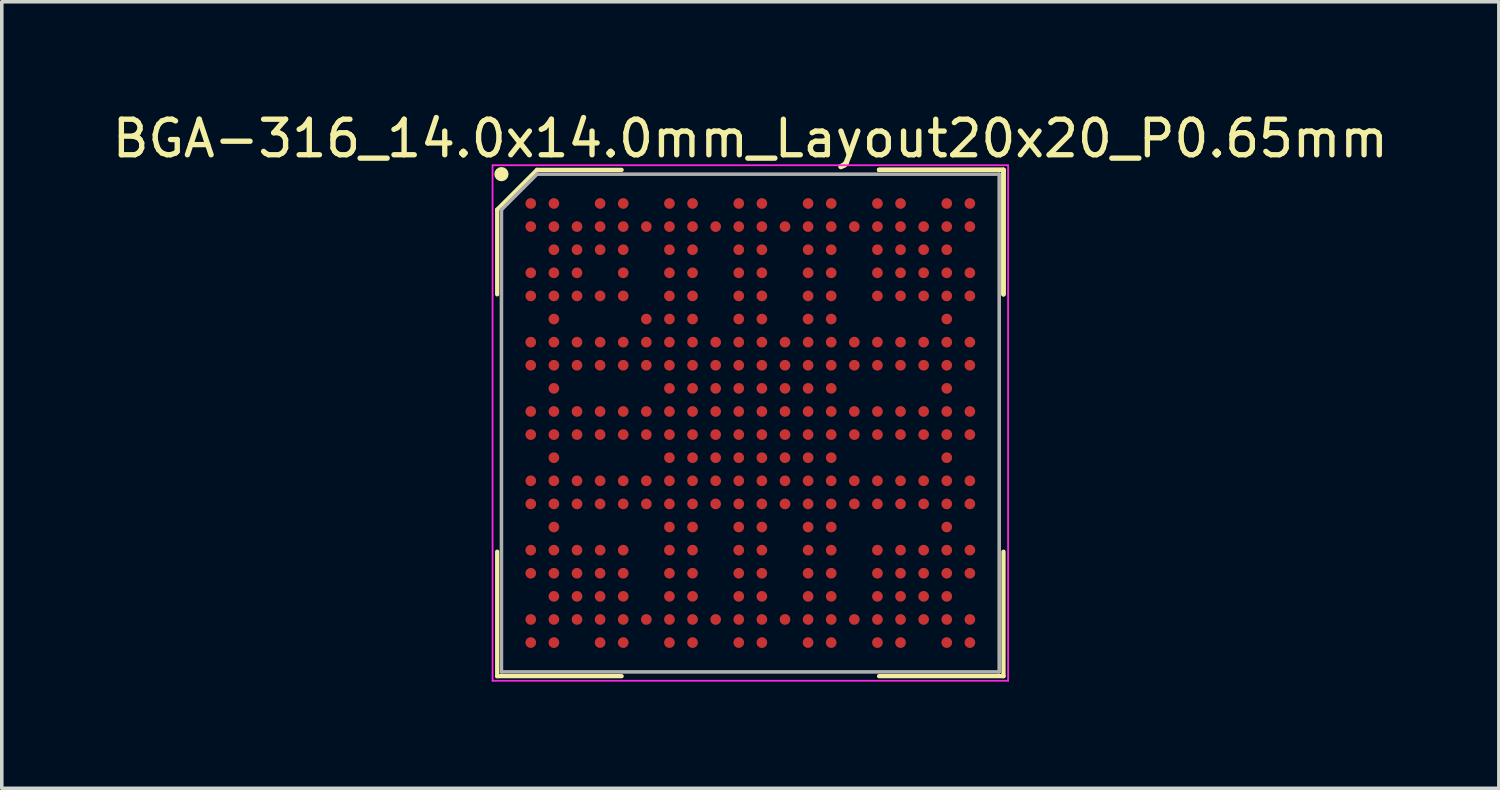
<source format=kicad_pcb>
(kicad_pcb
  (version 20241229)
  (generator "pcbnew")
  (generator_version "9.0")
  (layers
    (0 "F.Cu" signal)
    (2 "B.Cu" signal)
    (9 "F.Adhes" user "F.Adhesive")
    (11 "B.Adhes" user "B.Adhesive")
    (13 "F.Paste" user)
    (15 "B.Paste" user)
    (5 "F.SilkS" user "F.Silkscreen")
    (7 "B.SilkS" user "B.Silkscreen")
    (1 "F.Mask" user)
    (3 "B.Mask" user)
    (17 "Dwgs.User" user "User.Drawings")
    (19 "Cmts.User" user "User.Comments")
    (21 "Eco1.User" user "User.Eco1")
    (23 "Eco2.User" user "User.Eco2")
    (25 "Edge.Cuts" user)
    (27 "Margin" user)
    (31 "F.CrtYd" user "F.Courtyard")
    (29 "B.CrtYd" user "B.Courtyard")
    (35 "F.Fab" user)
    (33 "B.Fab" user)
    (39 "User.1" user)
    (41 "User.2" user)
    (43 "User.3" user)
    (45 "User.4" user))
  (footprint "BGA-316_14.0x14.0mm_Layout20x20_P0.65mm"
    (layer "F.Cu")
    (at 18.054 8.848)
    (property "Reference" "BGA-316_14.0x14.0mm_Layout20x20_P0.65mm" (at 0 -8 0) (layer "F.SilkS") (effects (font (size 1 1) (thickness 0.15))))
    (attr smd)
    (fp_line (start -7.12 -6) (end -7.12 -3.62) (stroke (width 0.12) (type solid)) (layer "F.SilkS"))
    (fp_line (start -7.12 7.12) (end -7.12 3.62) (stroke (width 0.12) (type solid)) (layer "F.SilkS"))
    (fp_line (start -6 -7.12) (end -7.12 -6) (stroke (width 0.12) (type solid)) (layer "F.SilkS"))
    (fp_line (start -3.62 -7.12) (end -6 -7.12) (stroke (width 0.12) (type solid)) (layer "F.SilkS"))
    (fp_line (start -3.62 7.12) (end -7.12 7.12) (stroke (width 0.12) (type solid)) (layer "F.SilkS"))
    (fp_line (start 3.62 -7.12) (end 7.12 -7.12) (stroke (width 0.12) (type solid)) (layer "F.SilkS"))
    (fp_line (start 3.62 -7.12) (end 7.12 -7.12) (stroke (width 0.12) (type solid)) (layer "F.SilkS"))
    (fp_line (start 3.62 -7.12) (end 7.12 -7.12) (stroke (width 0.12) (type solid)) (layer "F.SilkS"))
    (fp_line (start 3.62 7.12) (end 7.12 7.12) (stroke (width 0.12) (type solid)) (layer "F.SilkS"))
    (fp_line (start 7.12 -7.12) (end 7.12 -3.62) (stroke (width 0.12) (type solid)) (layer "F.SilkS"))
    (fp_line (start 7.12 -7.12) (end 7.12 -3.62) (stroke (width 0.12) (type solid)) (layer "F.SilkS"))
    (fp_line (start 7.12 -7.12) (end 7.12 -3.62) (stroke (width 0.12) (type solid)) (layer "F.SilkS"))
    (fp_line (start 7.12 7.12) (end 7.12 3.62) (stroke (width 0.12) (type solid)) (layer "F.SilkS"))
    (fp_circle (center -7 -7) (end -7 -6.9) (stroke (width 0.2) (type solid)) (fill no) (layer "F.SilkS"))
    (fp_line (start -7.25 -7.25) (end 7.25 -7.25) (stroke (width 0.05) (type solid)) (layer "F.CrtYd"))
    (fp_line (start -7.25 7.25) (end -7.25 -7.25) (stroke (width 0.05) (type solid)) (layer "F.CrtYd"))
    (fp_line (start 7.25 -7.25) (end 7.25 7.25) (stroke (width 0.05) (type solid)) (layer "F.CrtYd"))
    (fp_line (start 7.25 7.25) (end -7.25 7.25) (stroke (width 0.05) (type solid)) (layer "F.CrtYd"))
    (fp_line (start -7 -6) (end -7 7) (stroke (width 0.1) (type solid)) (layer "F.Fab"))
    (fp_line (start -7 7) (end 7 7) (stroke (width 0.1) (type solid)) (layer "F.Fab"))
    (fp_line (start -6 -7) (end -7 -6) (stroke (width 0.1) (type solid)) (layer "F.Fab"))
    (fp_line (start 7 -7) (end -6 -7) (stroke (width 0.1) (type solid)) (layer "F.Fab"))
    (fp_line (start 7 7) (end 7 -7) (stroke (width 0.1) (type solid)) (layer "F.Fab"))
    (pad "A1" smd circle (at -6.175 -6.175) (size 0.3 0.3) (layers "F.Cu" "F.Mask" "F.Paste"))
    (pad "A2" smd circle (at -5.525 -6.175) (size 0.3 0.3) (layers "F.Cu" "F.Mask" "F.Paste"))
    (pad "A4" smd circle (at -4.225 -6.175) (size 0.3 0.3) (layers "F.Cu" "F.Mask" "F.Paste"))
    (pad "A5" smd circle (at -3.575 -6.175) (size 0.3 0.3) (layers "F.Cu" "F.Mask" "F.Paste"))
    (pad "A7" smd circle (at -2.275 -6.175) (size 0.3 0.3) (layers "F.Cu" "F.Mask" "F.Paste"))
    (pad "A8" smd circle (at -1.625 -6.175) (size 0.3 0.3) (layers "F.Cu" "F.Mask" "F.Paste"))
    (pad "A10" smd circle (at -0.325 -6.175) (size 0.3 0.3) (layers "F.Cu" "F.Mask" "F.Paste"))
    (pad "A11" smd circle (at 0.325 -6.175) (size 0.3 0.3) (layers "F.Cu" "F.Mask" "F.Paste"))
    (pad "A13" smd circle (at 1.625 -6.175) (size 0.3 0.3) (layers "F.Cu" "F.Mask" "F.Paste"))
    (pad "A14" smd circle (at 2.275 -6.175) (size 0.3 0.3) (layers "F.Cu" "F.Mask" "F.Paste"))
    (pad "A16" smd circle (at 3.575 -6.175) (size 0.3 0.3) (layers "F.Cu" "F.Mask" "F.Paste"))
    (pad "A17" smd circle (at 4.225 -6.175) (size 0.3 0.3) (layers "F.Cu" "F.Mask" "F.Paste"))
    (pad "A19" smd circle (at 5.525 -6.175) (size 0.3 0.3) (layers "F.Cu" "F.Mask" "F.Paste"))
    (pad "A20" smd circle (at 6.175 -6.175) (size 0.3 0.3) (layers "F.Cu" "F.Mask" "F.Paste"))
    (pad "B1" smd circle (at -6.175 -5.525) (size 0.3 0.3) (layers "F.Cu" "F.Mask" "F.Paste"))
    (pad "B2" smd circle (at -5.525 -5.525) (size 0.3 0.3) (layers "F.Cu" "F.Mask" "F.Paste"))
    (pad "B3" smd circle (at -4.875 -5.525) (size 0.3 0.3) (layers "F.Cu" "F.Mask" "F.Paste"))
    (pad "B4" smd circle (at -4.225 -5.525) (size 0.3 0.3) (layers "F.Cu" "F.Mask" "F.Paste"))
    (pad "B5" smd circle (at -3.575 -5.525) (size 0.3 0.3) (layers "F.Cu" "F.Mask" "F.Paste"))
    (pad "B6" smd circle (at -2.925 -5.525) (size 0.3 0.3) (layers "F.Cu" "F.Mask" "F.Paste"))
    (pad "B7" smd circle (at -2.275 -5.525) (size 0.3 0.3) (layers "F.Cu" "F.Mask" "F.Paste"))
    (pad "B8" smd circle (at -1.625 -5.525) (size 0.3 0.3) (layers "F.Cu" "F.Mask" "F.Paste"))
    (pad "B9" smd circle (at -0.975 -5.525) (size 0.3 0.3) (layers "F.Cu" "F.Mask" "F.Paste"))
    (pad "B10" smd circle (at -0.325 -5.525) (size 0.3 0.3) (layers "F.Cu" "F.Mask" "F.Paste"))
    (pad "B11" smd circle (at 0.325 -5.525) (size 0.3 0.3) (layers "F.Cu" "F.Mask" "F.Paste"))
    (pad "B12" smd circle (at 0.975 -5.525) (size 0.3 0.3) (layers "F.Cu" "F.Mask" "F.Paste"))
    (pad "B13" smd circle (at 1.625 -5.525) (size 0.3 0.3) (layers "F.Cu" "F.Mask" "F.Paste"))
    (pad "B14" smd circle (at 2.275 -5.525) (size 0.3 0.3) (layers "F.Cu" "F.Mask" "F.Paste"))
    (pad "B15" smd circle (at 2.925 -5.525) (size 0.3 0.3) (layers "F.Cu" "F.Mask" "F.Paste"))
    (pad "B16" smd circle (at 3.575 -5.525) (size 0.3 0.3) (layers "F.Cu" "F.Mask" "F.Paste"))
    (pad "B17" smd circle (at 4.225 -5.525) (size 0.3 0.3) (layers "F.Cu" "F.Mask" "F.Paste"))
    (pad "B18" smd circle (at 4.875 -5.525) (size 0.3 0.3) (layers "F.Cu" "F.Mask" "F.Paste"))
    (pad "B19" smd circle (at 5.525 -5.525) (size 0.3 0.3) (layers "F.Cu" "F.Mask" "F.Paste"))
    (pad "B20" smd circle (at 6.175 -5.525) (size 0.3 0.3) (layers "F.Cu" "F.Mask" "F.Paste"))
    (pad "C2" smd circle (at -5.525 -4.875) (size 0.3 0.3) (layers "F.Cu" "F.Mask" "F.Paste"))
    (pad "C3" smd circle (at -4.875 -4.875) (size 0.3 0.3) (layers "F.Cu" "F.Mask" "F.Paste"))
    (pad "C4" smd circle (at -4.225 -4.875) (size 0.3 0.3) (layers "F.Cu" "F.Mask" "F.Paste"))
    (pad "C5" smd circle (at -3.575 -4.875) (size 0.3 0.3) (layers "F.Cu" "F.Mask" "F.Paste"))
    (pad "C7" smd circle (at -2.275 -4.875) (size 0.3 0.3) (layers "F.Cu" "F.Mask" "F.Paste"))
    (pad "C8" smd circle (at -1.625 -4.875) (size 0.3 0.3) (layers "F.Cu" "F.Mask" "F.Paste"))
    (pad "C10" smd circle (at -0.325 -4.875) (size 0.3 0.3) (layers "F.Cu" "F.Mask" "F.Paste"))
    (pad "C11" smd circle (at 0.325 -4.875) (size 0.3 0.3) (layers "F.Cu" "F.Mask" "F.Paste"))
    (pad "C13" smd circle (at 1.625 -4.875) (size 0.3 0.3) (layers "F.Cu" "F.Mask" "F.Paste"))
    (pad "C14" smd circle (at 2.275 -4.875) (size 0.3 0.3) (layers "F.Cu" "F.Mask" "F.Paste"))
    (pad "C16" smd circle (at 3.575 -4.875) (size 0.3 0.3) (layers "F.Cu" "F.Mask" "F.Paste"))
    (pad "C17" smd circle (at 4.225 -4.875) (size 0.3 0.3) (layers "F.Cu" "F.Mask" "F.Paste"))
    (pad "C18" smd circle (at 4.875 -4.875) (size 0.3 0.3) (layers "F.Cu" "F.Mask" "F.Paste"))
    (pad "C19" smd circle (at 5.525 -4.875) (size 0.3 0.3) (layers "F.Cu" "F.Mask" "F.Paste"))
    (pad "D1" smd circle (at -6.175 -4.225) (size 0.3 0.3) (layers "F.Cu" "F.Mask" "F.Paste"))
    (pad "D2" smd circle (at -5.525 -4.225) (size 0.3 0.3) (layers "F.Cu" "F.Mask" "F.Paste"))
    (pad "D3" smd circle (at -4.875 -4.225) (size 0.3 0.3) (layers "F.Cu" "F.Mask" "F.Paste"))
    (pad "D5" smd circle (at -3.575 -4.225) (size 0.3 0.3) (layers "F.Cu" "F.Mask" "F.Paste"))
    (pad "D7" smd circle (at -2.275 -4.225) (size 0.3 0.3) (layers "F.Cu" "F.Mask" "F.Paste"))
    (pad "D8" smd circle (at -1.625 -4.225) (size 0.3 0.3) (layers "F.Cu" "F.Mask" "F.Paste"))
    (pad "D10" smd circle (at -0.325 -4.225) (size 0.3 0.3) (layers "F.Cu" "F.Mask" "F.Paste"))
    (pad "D11" smd circle (at 0.325 -4.225) (size 0.3 0.3) (layers "F.Cu" "F.Mask" "F.Paste"))
    (pad "D13" smd circle (at 1.625 -4.225) (size 0.3 0.3) (layers "F.Cu" "F.Mask" "F.Paste"))
    (pad "D14" smd circle (at 2.275 -4.225) (size 0.3 0.3) (layers "F.Cu" "F.Mask" "F.Paste"))
    (pad "D16" smd circle (at 3.575 -4.225) (size 0.3 0.3) (layers "F.Cu" "F.Mask" "F.Paste"))
    (pad "D17" smd circle (at 4.225 -4.225) (size 0.3 0.3) (layers "F.Cu" "F.Mask" "F.Paste"))
    (pad "D18" smd circle (at 4.875 -4.225) (size 0.3 0.3) (layers "F.Cu" "F.Mask" "F.Paste"))
    (pad "D19" smd circle (at 5.525 -4.225) (size 0.3 0.3) (layers "F.Cu" "F.Mask" "F.Paste"))
    (pad "D20" smd circle (at 6.175 -4.225) (size 0.3 0.3) (layers "F.Cu" "F.Mask" "F.Paste"))
    (pad "E1" smd circle (at -6.175 -3.575) (size 0.3 0.3) (layers "F.Cu" "F.Mask" "F.Paste"))
    (pad "E2" smd circle (at -5.525 -3.575) (size 0.3 0.3) (layers "F.Cu" "F.Mask" "F.Paste"))
    (pad "E3" smd circle (at -4.875 -3.575) (size 0.3 0.3) (layers "F.Cu" "F.Mask" "F.Paste"))
    (pad "E4" smd circle (at -4.225 -3.575) (size 0.3 0.3) (layers "F.Cu" "F.Mask" "F.Paste"))
    (pad "E5" smd circle (at -3.575 -3.575) (size 0.3 0.3) (layers "F.Cu" "F.Mask" "F.Paste"))
    (pad "E7" smd circle (at -2.275 -3.575) (size 0.3 0.3) (layers "F.Cu" "F.Mask" "F.Paste"))
    (pad "E8" smd circle (at -1.625 -3.575) (size 0.3 0.3) (layers "F.Cu" "F.Mask" "F.Paste"))
    (pad "E10" smd circle (at -0.325 -3.575) (size 0.3 0.3) (layers "F.Cu" "F.Mask" "F.Paste"))
    (pad "E11" smd circle (at 0.325 -3.575) (size 0.3 0.3) (layers "F.Cu" "F.Mask" "F.Paste"))
    (pad "E13" smd circle (at 1.625 -3.575) (size 0.3 0.3) (layers "F.Cu" "F.Mask" "F.Paste"))
    (pad "E14" smd circle (at 2.275 -3.575) (size 0.3 0.3) (layers "F.Cu" "F.Mask" "F.Paste"))
    (pad "E16" smd circle (at 3.575 -3.575) (size 0.3 0.3) (layers "F.Cu" "F.Mask" "F.Paste"))
    (pad "E17" smd circle (at 4.225 -3.575) (size 0.3 0.3) (layers "F.Cu" "F.Mask" "F.Paste"))
    (pad "E18" smd circle (at 4.875 -3.575) (size 0.3 0.3) (layers "F.Cu" "F.Mask" "F.Paste"))
    (pad "E19" smd circle (at 5.525 -3.575) (size 0.3 0.3) (layers "F.Cu" "F.Mask" "F.Paste"))
    (pad "E20" smd circle (at 6.175 -3.575) (size 0.3 0.3) (layers "F.Cu" "F.Mask" "F.Paste"))
    (pad "F2" smd circle (at -5.525 -2.925) (size 0.3 0.3) (layers "F.Cu" "F.Mask" "F.Paste"))
    (pad "F6" smd circle (at -2.925 -2.925) (size 0.3 0.3) (layers "F.Cu" "F.Mask" "F.Paste"))
    (pad "F7" smd circle (at -2.275 -2.925) (size 0.3 0.3) (layers "F.Cu" "F.Mask" "F.Paste"))
    (pad "F8" smd circle (at -1.625 -2.925) (size 0.3 0.3) (layers "F.Cu" "F.Mask" "F.Paste"))
    (pad "F10" smd circle (at -0.325 -2.925) (size 0.3 0.3) (layers "F.Cu" "F.Mask" "F.Paste"))
    (pad "F11" smd circle (at 0.325 -2.925) (size 0.3 0.3) (layers "F.Cu" "F.Mask" "F.Paste"))
    (pad "F13" smd circle (at 1.625 -2.925) (size 0.3 0.3) (layers "F.Cu" "F.Mask" "F.Paste"))
    (pad "F14" smd circle (at 2.275 -2.925) (size 0.3 0.3) (layers "F.Cu" "F.Mask" "F.Paste"))
    (pad "F19" smd circle (at 5.525 -2.925) (size 0.3 0.3) (layers "F.Cu" "F.Mask" "F.Paste"))
    (pad "G1" smd circle (at -6.175 -2.275) (size 0.3 0.3) (layers "F.Cu" "F.Mask" "F.Paste"))
    (pad "G2" smd circle (at -5.525 -2.275) (size 0.3 0.3) (layers "F.Cu" "F.Mask" "F.Paste"))
    (pad "G3" smd circle (at -4.875 -2.275) (size 0.3 0.3) (layers "F.Cu" "F.Mask" "F.Paste"))
    (pad "G4" smd circle (at -4.225 -2.275) (size 0.3 0.3) (layers "F.Cu" "F.Mask" "F.Paste"))
    (pad "G5" smd circle (at -3.575 -2.275) (size 0.3 0.3) (layers "F.Cu" "F.Mask" "F.Paste"))
    (pad "G6" smd circle (at -2.925 -2.275) (size 0.3 0.3) (layers "F.Cu" "F.Mask" "F.Paste"))
    (pad "G7" smd circle (at -2.275 -2.275) (size 0.3 0.3) (layers "F.Cu" "F.Mask" "F.Paste"))
    (pad "G8" smd circle (at -1.625 -2.275) (size 0.3 0.3) (layers "F.Cu" "F.Mask" "F.Paste"))
    (pad "G9" smd circle (at -0.975 -2.275) (size 0.3 0.3) (layers "F.Cu" "F.Mask" "F.Paste"))
    (pad "G10" smd circle (at -0.325 -2.275) (size 0.3 0.3) (layers "F.Cu" "F.Mask" "F.Paste"))
    (pad "G11" smd circle (at 0.325 -2.275) (size 0.3 0.3) (layers "F.Cu" "F.Mask" "F.Paste"))
    (pad "G12" smd circle (at 0.975 -2.275) (size 0.3 0.3) (layers "F.Cu" "F.Mask" "F.Paste"))
    (pad "G13" smd circle (at 1.625 -2.275) (size 0.3 0.3) (layers "F.Cu" "F.Mask" "F.Paste"))
    (pad "G14" smd circle (at 2.275 -2.275) (size 0.3 0.3) (layers "F.Cu" "F.Mask" "F.Paste"))
    (pad "G15" smd circle (at 2.925 -2.275) (size 0.3 0.3) (layers "F.Cu" "F.Mask" "F.Paste"))
    (pad "G16" smd circle (at 3.575 -2.275) (size 0.3 0.3) (layers "F.Cu" "F.Mask" "F.Paste"))
    (pad "G17" smd circle (at 4.225 -2.275) (size 0.3 0.3) (layers "F.Cu" "F.Mask" "F.Paste"))
    (pad "G18" smd circle (at 4.875 -2.275) (size 0.3 0.3) (layers "F.Cu" "F.Mask" "F.Paste"))
    (pad "G19" smd circle (at 5.525 -2.275) (size 0.3 0.3) (layers "F.Cu" "F.Mask" "F.Paste"))
    (pad "G20" smd circle (at 6.175 -2.275) (size 0.3 0.3) (layers "F.Cu" "F.Mask" "F.Paste"))
    (pad "H1" smd circle (at -6.175 -1.625) (size 0.3 0.3) (layers "F.Cu" "F.Mask" "F.Paste"))
    (pad "H2" smd circle (at -5.525 -1.625) (size 0.3 0.3) (layers "F.Cu" "F.Mask" "F.Paste"))
    (pad "H3" smd circle (at -4.875 -1.625) (size 0.3 0.3) (layers "F.Cu" "F.Mask" "F.Paste"))
    (pad "H4" smd circle (at -4.225 -1.625) (size 0.3 0.3) (layers "F.Cu" "F.Mask" "F.Paste"))
    (pad "H5" smd circle (at -3.575 -1.625) (size 0.3 0.3) (layers "F.Cu" "F.Mask" "F.Paste"))
    (pad "H6" smd circle (at -2.925 -1.625) (size 0.3 0.3) (layers "F.Cu" "F.Mask" "F.Paste"))
    (pad "H7" smd circle (at -2.275 -1.625) (size 0.3 0.3) (layers "F.Cu" "F.Mask" "F.Paste"))
    (pad "H8" smd circle (at -1.625 -1.625) (size 0.3 0.3) (layers "F.Cu" "F.Mask" "F.Paste"))
    (pad "H9" smd circle (at -0.975 -1.625) (size 0.3 0.3) (layers "F.Cu" "F.Mask" "F.Paste"))
    (pad "H10" smd circle (at -0.325 -1.625) (size 0.3 0.3) (layers "F.Cu" "F.Mask" "F.Paste"))
    (pad "H11" smd circle (at 0.325 -1.625) (size 0.3 0.3) (layers "F.Cu" "F.Mask" "F.Paste"))
    (pad "H12" smd circle (at 0.975 -1.625) (size 0.3 0.3) (layers "F.Cu" "F.Mask" "F.Paste"))
    (pad "H13" smd circle (at 1.625 -1.625) (size 0.3 0.3) (layers "F.Cu" "F.Mask" "F.Paste"))
    (pad "H14" smd circle (at 2.275 -1.625) (size 0.3 0.3) (layers "F.Cu" "F.Mask" "F.Paste"))
    (pad "H15" smd circle (at 2.925 -1.625) (size 0.3 0.3) (layers "F.Cu" "F.Mask" "F.Paste"))
    (pad "H16" smd circle (at 3.575 -1.625) (size 0.3 0.3) (layers "F.Cu" "F.Mask" "F.Paste"))
    (pad "H17" smd circle (at 4.225 -1.625) (size 0.3 0.3) (layers "F.Cu" "F.Mask" "F.Paste"))
    (pad "H18" smd circle (at 4.875 -1.625) (size 0.3 0.3) (layers "F.Cu" "F.Mask" "F.Paste"))
    (pad "H19" smd circle (at 5.525 -1.625) (size 0.3 0.3) (layers "F.Cu" "F.Mask" "F.Paste"))
    (pad "H20" smd circle (at 6.175 -1.625) (size 0.3 0.3) (layers "F.Cu" "F.Mask" "F.Paste"))
    (pad "J2" smd circle (at -5.525 -0.975) (size 0.3 0.3) (layers "F.Cu" "F.Mask" "F.Paste"))
    (pad "J7" smd circle (at -2.275 -0.975) (size 0.3 0.3) (layers "F.Cu" "F.Mask" "F.Paste"))
    (pad "J8" smd circle (at -1.625 -0.975) (size 0.3 0.3) (layers "F.Cu" "F.Mask" "F.Paste"))
    (pad "J9" smd circle (at -0.975 -0.975) (size 0.3 0.3) (layers "F.Cu" "F.Mask" "F.Paste"))
    (pad "J10" smd circle (at -0.325 -0.975) (size 0.3 0.3) (layers "F.Cu" "F.Mask" "F.Paste"))
    (pad "J11" smd circle (at 0.325 -0.975) (size 0.3 0.3) (layers "F.Cu" "F.Mask" "F.Paste"))
    (pad "J12" smd circle (at 0.975 -0.975) (size 0.3 0.3) (layers "F.Cu" "F.Mask" "F.Paste"))
    (pad "J13" smd circle (at 1.625 -0.975) (size 0.3 0.3) (layers "F.Cu" "F.Mask" "F.Paste"))
    (pad "J14" smd circle (at 2.275 -0.975) (size 0.3 0.3) (layers "F.Cu" "F.Mask" "F.Paste"))
    (pad "J19" smd circle (at 5.525 -0.975) (size 0.3 0.3) (layers "F.Cu" "F.Mask" "F.Paste"))
    (pad "K1" smd circle (at -6.175 -0.325) (size 0.3 0.3) (layers "F.Cu" "F.Mask" "F.Paste"))
    (pad "K2" smd circle (at -5.525 -0.325) (size 0.3 0.3) (layers "F.Cu" "F.Mask" "F.Paste"))
    (pad "K3" smd circle (at -4.875 -0.325) (size 0.3 0.3) (layers "F.Cu" "F.Mask" "F.Paste"))
    (pad "K4" smd circle (at -4.225 -0.325) (size 0.3 0.3) (layers "F.Cu" "F.Mask" "F.Paste"))
    (pad "K5" smd circle (at -3.575 -0.325) (size 0.3 0.3) (layers "F.Cu" "F.Mask" "F.Paste"))
    (pad "K6" smd circle (at -2.925 -0.325) (size 0.3 0.3) (layers "F.Cu" "F.Mask" "F.Paste"))
    (pad "K7" smd circle (at -2.275 -0.325) (size 0.3 0.3) (layers "F.Cu" "F.Mask" "F.Paste"))
    (pad "K8" smd circle (at -1.625 -0.325) (size 0.3 0.3) (layers "F.Cu" "F.Mask" "F.Paste"))
    (pad "K9" smd circle (at -0.975 -0.325) (size 0.3 0.3) (layers "F.Cu" "F.Mask" "F.Paste"))
    (pad "K10" smd circle (at -0.325 -0.325) (size 0.3 0.3) (layers "F.Cu" "F.Mask" "F.Paste"))
    (pad "K11" smd circle (at 0.325 -0.325) (size 0.3 0.3) (layers "F.Cu" "F.Mask" "F.Paste"))
    (pad "K12" smd circle (at 0.975 -0.325) (size 0.3 0.3) (layers "F.Cu" "F.Mask" "F.Paste"))
    (pad "K13" smd circle (at 1.625 -0.325) (size 0.3 0.3) (layers "F.Cu" "F.Mask" "F.Paste"))
    (pad "K14" smd circle (at 2.275 -0.325) (size 0.3 0.3) (layers "F.Cu" "F.Mask" "F.Paste"))
    (pad "K15" smd circle (at 2.925 -0.325) (size 0.3 0.3) (layers "F.Cu" "F.Mask" "F.Paste"))
    (pad "K16" smd circle (at 3.575 -0.325) (size 0.3 0.3) (layers "F.Cu" "F.Mask" "F.Paste"))
    (pad "K17" smd circle (at 4.225 -0.325) (size 0.3 0.3) (layers "F.Cu" "F.Mask" "F.Paste"))
    (pad "K18" smd circle (at 4.875 -0.325) (size 0.3 0.3) (layers "F.Cu" "F.Mask" "F.Paste"))
    (pad "K19" smd circle (at 5.525 -0.325) (size 0.3 0.3) (layers "F.Cu" "F.Mask" "F.Paste"))
    (pad "K20" smd circle (at 6.175 -0.325) (size 0.3 0.3) (layers "F.Cu" "F.Mask" "F.Paste"))
    (pad "L1" smd circle (at -6.175 0.325) (size 0.3 0.3) (layers "F.Cu" "F.Mask" "F.Paste"))
    (pad "L2" smd circle (at -5.525 0.325) (size 0.3 0.3) (layers "F.Cu" "F.Mask" "F.Paste"))
    (pad "L3" smd circle (at -4.875 0.325) (size 0.3 0.3) (layers "F.Cu" "F.Mask" "F.Paste"))
    (pad "L4" smd circle (at -4.225 0.325) (size 0.3 0.3) (layers "F.Cu" "F.Mask" "F.Paste"))
    (pad "L5" smd circle (at -3.575 0.325) (size 0.3 0.3) (layers "F.Cu" "F.Mask" "F.Paste"))
    (pad "L6" smd circle (at -2.925 0.325) (size 0.3 0.3) (layers "F.Cu" "F.Mask" "F.Paste"))
    (pad "L7" smd circle (at -2.275 0.325) (size 0.3 0.3) (layers "F.Cu" "F.Mask" "F.Paste"))
    (pad "L8" smd circle (at -1.625 0.325) (size 0.3 0.3) (layers "F.Cu" "F.Mask" "F.Paste"))
    (pad "L9" smd circle (at -0.975 0.325) (size 0.3 0.3) (layers "F.Cu" "F.Mask" "F.Paste"))
    (pad "L10" smd circle (at -0.325 0.325) (size 0.3 0.3) (layers "F.Cu" "F.Mask" "F.Paste"))
    (pad "L11" smd circle (at 0.325 0.325) (size 0.3 0.3) (layers "F.Cu" "F.Mask" "F.Paste"))
    (pad "L12" smd circle (at 0.975 0.325) (size 0.3 0.3) (layers "F.Cu" "F.Mask" "F.Paste"))
    (pad "L13" smd circle (at 1.625 0.325) (size 0.3 0.3) (layers "F.Cu" "F.Mask" "F.Paste"))
    (pad "L14" smd circle (at 2.275 0.325) (size 0.3 0.3) (layers "F.Cu" "F.Mask" "F.Paste"))
    (pad "L15" smd circle (at 2.925 0.325) (size 0.3 0.3) (layers "F.Cu" "F.Mask" "F.Paste"))
    (pad "L16" smd circle (at 3.575 0.325) (size 0.3 0.3) (layers "F.Cu" "F.Mask" "F.Paste"))
    (pad "L17" smd circle (at 4.225 0.325) (size 0.3 0.3) (layers "F.Cu" "F.Mask" "F.Paste"))
    (pad "L18" smd circle (at 4.875 0.325) (size 0.3 0.3) (layers "F.Cu" "F.Mask" "F.Paste"))
    (pad "L19" smd circle (at 5.525 0.325) (size 0.3 0.3) (layers "F.Cu" "F.Mask" "F.Paste"))
    (pad "L20" smd circle (at 6.175 0.325) (size 0.3 0.3) (layers "F.Cu" "F.Mask" "F.Paste"))
    (pad "M2" smd circle (at -5.525 0.975) (size 0.3 0.3) (layers "F.Cu" "F.Mask" "F.Paste"))
    (pad "M7" smd circle (at -2.275 0.975) (size 0.3 0.3) (layers "F.Cu" "F.Mask" "F.Paste"))
    (pad "M8" smd circle (at -1.625 0.975) (size 0.3 0.3) (layers "F.Cu" "F.Mask" "F.Paste"))
    (pad "M9" smd circle (at -0.975 0.975) (size 0.3 0.3) (layers "F.Cu" "F.Mask" "F.Paste"))
    (pad "M10" smd circle (at -0.325 0.975) (size 0.3 0.3) (layers "F.Cu" "F.Mask" "F.Paste"))
    (pad "M11" smd circle (at 0.325 0.975) (size 0.3 0.3) (layers "F.Cu" "F.Mask" "F.Paste"))
    (pad "M12" smd circle (at 0.975 0.975) (size 0.3 0.3) (layers "F.Cu" "F.Mask" "F.Paste"))
    (pad "M13" smd circle (at 1.625 0.975) (size 0.3 0.3) (layers "F.Cu" "F.Mask" "F.Paste"))
    (pad "M14" smd circle (at 2.275 0.975) (size 0.3 0.3) (layers "F.Cu" "F.Mask" "F.Paste"))
    (pad "M19" smd circle (at 5.525 0.975) (size 0.3 0.3) (layers "F.Cu" "F.Mask" "F.Paste"))
    (pad "N1" smd circle (at -6.175 1.625) (size 0.3 0.3) (layers "F.Cu" "F.Mask" "F.Paste"))
    (pad "N2" smd circle (at -5.525 1.625) (size 0.3 0.3) (layers "F.Cu" "F.Mask" "F.Paste"))
    (pad "N3" smd circle (at -4.875 1.625) (size 0.3 0.3) (layers "F.Cu" "F.Mask" "F.Paste"))
    (pad "N4" smd circle (at -4.225 1.625) (size 0.3 0.3) (layers "F.Cu" "F.Mask" "F.Paste"))
    (pad "N5" smd circle (at -3.575 1.625) (size 0.3 0.3) (layers "F.Cu" "F.Mask" "F.Paste"))
    (pad "N6" smd circle (at -2.925 1.625) (size 0.3 0.3) (layers "F.Cu" "F.Mask" "F.Paste"))
    (pad "N7" smd circle (at -2.275 1.625) (size 0.3 0.3) (layers "F.Cu" "F.Mask" "F.Paste"))
    (pad "N8" smd circle (at -1.625 1.625) (size 0.3 0.3) (layers "F.Cu" "F.Mask" "F.Paste"))
    (pad "N9" smd circle (at -0.975 1.625) (size 0.3 0.3) (layers "F.Cu" "F.Mask" "F.Paste"))
    (pad "N10" smd circle (at -0.325 1.625) (size 0.3 0.3) (layers "F.Cu" "F.Mask" "F.Paste"))
    (pad "N11" smd circle (at 0.325 1.625) (size 0.3 0.3) (layers "F.Cu" "F.Mask" "F.Paste"))
    (pad "N12" smd circle (at 0.975 1.625) (size 0.3 0.3) (layers "F.Cu" "F.Mask" "F.Paste"))
    (pad "N13" smd circle (at 1.625 1.625) (size 0.3 0.3) (layers "F.Cu" "F.Mask" "F.Paste"))
    (pad "N14" smd circle (at 2.275 1.625) (size 0.3 0.3) (layers "F.Cu" "F.Mask" "F.Paste"))
    (pad "N15" smd circle (at 2.925 1.625) (size 0.3 0.3) (layers "F.Cu" "F.Mask" "F.Paste"))
    (pad "N16" smd circle (at 3.575 1.625) (size 0.3 0.3) (layers "F.Cu" "F.Mask" "F.Paste"))
    (pad "N17" smd circle (at 4.225 1.625) (size 0.3 0.3) (layers "F.Cu" "F.Mask" "F.Paste"))
    (pad "N18" smd circle (at 4.875 1.625) (size 0.3 0.3) (layers "F.Cu" "F.Mask" "F.Paste"))
    (pad "N19" smd circle (at 5.525 1.625) (size 0.3 0.3) (layers "F.Cu" "F.Mask" "F.Paste"))
    (pad "N20" smd circle (at 6.175 1.625) (size 0.3 0.3) (layers "F.Cu" "F.Mask" "F.Paste"))
    (pad "P1" smd circle (at -6.175 2.275) (size 0.3 0.3) (layers "F.Cu" "F.Mask" "F.Paste"))
    (pad "P2" smd circle (at -5.525 2.275) (size 0.3 0.3) (layers "F.Cu" "F.Mask" "F.Paste"))
    (pad "P3" smd circle (at -4.875 2.275) (size 0.3 0.3) (layers "F.Cu" "F.Mask" "F.Paste"))
    (pad "P4" smd circle (at -4.225 2.275) (size 0.3 0.3) (layers "F.Cu" "F.Mask" "F.Paste"))
    (pad "P5" smd circle (at -3.575 2.275) (size 0.3 0.3) (layers "F.Cu" "F.Mask" "F.Paste"))
    (pad "P6" smd circle (at -2.925 2.275) (size 0.3 0.3) (layers "F.Cu" "F.Mask" "F.Paste"))
    (pad "P7" smd circle (at -2.275 2.275) (size 0.3 0.3) (layers "F.Cu" "F.Mask" "F.Paste"))
    (pad "P8" smd circle (at -1.625 2.275) (size 0.3 0.3) (layers "F.Cu" "F.Mask" "F.Paste"))
    (pad "P9" smd circle (at -0.975 2.275) (size 0.3 0.3) (layers "F.Cu" "F.Mask" "F.Paste"))
    (pad "P10" smd circle (at -0.325 2.275) (size 0.3 0.3) (layers "F.Cu" "F.Mask" "F.Paste"))
    (pad "P11" smd circle (at 0.325 2.275) (size 0.3 0.3) (layers "F.Cu" "F.Mask" "F.Paste"))
    (pad "P12" smd circle (at 0.975 2.275) (size 0.3 0.3) (layers "F.Cu" "F.Mask" "F.Paste"))
    (pad "P13" smd circle (at 1.625 2.275) (size 0.3 0.3) (layers "F.Cu" "F.Mask" "F.Paste"))
    (pad "P14" smd circle (at 2.275 2.275) (size 0.3 0.3) (layers "F.Cu" "F.Mask" "F.Paste"))
    (pad "P15" smd circle (at 2.925 2.275) (size 0.3 0.3) (layers "F.Cu" "F.Mask" "F.Paste"))
    (pad "P16" smd circle (at 3.575 2.275) (size 0.3 0.3) (layers "F.Cu" "F.Mask" "F.Paste"))
    (pad "P17" smd circle (at 4.225 2.275) (size 0.3 0.3) (layers "F.Cu" "F.Mask" "F.Paste"))
    (pad "P18" smd circle (at 4.875 2.275) (size 0.3 0.3) (layers "F.Cu" "F.Mask" "F.Paste"))
    (pad "P19" smd circle (at 5.525 2.275) (size 0.3 0.3) (layers "F.Cu" "F.Mask" "F.Paste"))
    (pad "P20" smd circle (at 6.175 2.275) (size 0.3 0.3) (layers "F.Cu" "F.Mask" "F.Paste"))
    (pad "R2" smd circle (at -5.525 2.925) (size 0.3 0.3) (layers "F.Cu" "F.Mask" "F.Paste"))
    (pad "R7" smd circle (at -2.275 2.925) (size 0.3 0.3) (layers "F.Cu" "F.Mask" "F.Paste"))
    (pad "R8" smd circle (at -1.625 2.925) (size 0.3 0.3) (layers "F.Cu" "F.Mask" "F.Paste"))
    (pad "R10" smd circle (at -0.325 2.925) (size 0.3 0.3) (layers "F.Cu" "F.Mask" "F.Paste"))
    (pad "R11" smd circle (at 0.325 2.925) (size 0.3 0.3) (layers "F.Cu" "F.Mask" "F.Paste"))
    (pad "R13" smd circle (at 1.625 2.925) (size 0.3 0.3) (layers "F.Cu" "F.Mask" "F.Paste"))
    (pad "R14" smd circle (at 2.275 2.925) (size 0.3 0.3) (layers "F.Cu" "F.Mask" "F.Paste"))
    (pad "R19" smd circle (at 5.525 2.925) (size 0.3 0.3) (layers "F.Cu" "F.Mask" "F.Paste"))
    (pad "T1" smd circle (at -6.175 3.575) (size 0.3 0.3) (layers "F.Cu" "F.Mask" "F.Paste"))
    (pad "T2" smd circle (at -5.525 3.575) (size 0.3 0.3) (layers "F.Cu" "F.Mask" "F.Paste"))
    (pad "T3" smd circle (at -4.875 3.575) (size 0.3 0.3) (layers "F.Cu" "F.Mask" "F.Paste"))
    (pad "T4" smd circle (at -4.225 3.575) (size 0.3 0.3) (layers "F.Cu" "F.Mask" "F.Paste"))
    (pad "T5" smd circle (at -3.575 3.575) (size 0.3 0.3) (layers "F.Cu" "F.Mask" "F.Paste"))
    (pad "T7" smd circle (at -2.275 3.575) (size 0.3 0.3) (layers "F.Cu" "F.Mask" "F.Paste"))
    (pad "T8" smd circle (at -1.625 3.575) (size 0.3 0.3) (layers "F.Cu" "F.Mask" "F.Paste"))
    (pad "T10" smd circle (at -0.325 3.575) (size 0.3 0.3) (layers "F.Cu" "F.Mask" "F.Paste"))
    (pad "T11" smd circle (at 0.325 3.575) (size 0.3 0.3) (layers "F.Cu" "F.Mask" "F.Paste"))
    (pad "T13" smd circle (at 1.625 3.575) (size 0.3 0.3) (layers "F.Cu" "F.Mask" "F.Paste"))
    (pad "T14" smd circle (at 2.275 3.575) (size 0.3 0.3) (layers "F.Cu" "F.Mask" "F.Paste"))
    (pad "T16" smd circle (at 3.575 3.575) (size 0.3 0.3) (layers "F.Cu" "F.Mask" "F.Paste"))
    (pad "T17" smd circle (at 4.225 3.575) (size 0.3 0.3) (layers "F.Cu" "F.Mask" "F.Paste"))
    (pad "T18" smd circle (at 4.875 3.575) (size 0.3 0.3) (layers "F.Cu" "F.Mask" "F.Paste"))
    (pad "T19" smd circle (at 5.525 3.575) (size 0.3 0.3) (layers "F.Cu" "F.Mask" "F.Paste"))
    (pad "T20" smd circle (at 6.175 3.575) (size 0.3 0.3) (layers "F.Cu" "F.Mask" "F.Paste"))
    (pad "U1" smd circle (at -6.175 4.225) (size 0.3 0.3) (layers "F.Cu" "F.Mask" "F.Paste"))
    (pad "U2" smd circle (at -5.525 4.225) (size 0.3 0.3) (layers "F.Cu" "F.Mask" "F.Paste"))
    (pad "U3" smd circle (at -4.875 4.225) (size 0.3 0.3) (layers "F.Cu" "F.Mask" "F.Paste"))
    (pad "U4" smd circle (at -4.225 4.225) (size 0.3 0.3) (layers "F.Cu" "F.Mask" "F.Paste"))
    (pad "U5" smd circle (at -3.575 4.225) (size 0.3 0.3) (layers "F.Cu" "F.Mask" "F.Paste"))
    (pad "U7" smd circle (at -2.275 4.225) (size 0.3 0.3) (layers "F.Cu" "F.Mask" "F.Paste"))
    (pad "U8" smd circle (at -1.625 4.225) (size 0.3 0.3) (layers "F.Cu" "F.Mask" "F.Paste"))
    (pad "U10" smd circle (at -0.325 4.225) (size 0.3 0.3) (layers "F.Cu" "F.Mask" "F.Paste"))
    (pad "U11" smd circle (at 0.325 4.225) (size 0.3 0.3) (layers "F.Cu" "F.Mask" "F.Paste"))
    (pad "U13" smd circle (at 1.625 4.225) (size 0.3 0.3) (layers "F.Cu" "F.Mask" "F.Paste"))
    (pad "U14" smd circle (at 2.275 4.225) (size 0.3 0.3) (layers "F.Cu" "F.Mask" "F.Paste"))
    (pad "U16" smd circle (at 3.575 4.225) (size 0.3 0.3) (layers "F.Cu" "F.Mask" "F.Paste"))
    (pad "U17" smd circle (at 4.225 4.225) (size 0.3 0.3) (layers "F.Cu" "F.Mask" "F.Paste"))
    (pad "U18" smd circle (at 4.875 4.225) (size 0.3 0.3) (layers "F.Cu" "F.Mask" "F.Paste"))
    (pad "U19" smd circle (at 5.525 4.225) (size 0.3 0.3) (layers "F.Cu" "F.Mask" "F.Paste"))
    (pad "U20" smd circle (at 6.175 4.225) (size 0.3 0.3) (layers "F.Cu" "F.Mask" "F.Paste"))
    (pad "V2" smd circle (at -5.525 4.875) (size 0.3 0.3) (layers "F.Cu" "F.Mask" "F.Paste"))
    (pad "V3" smd circle (at -4.875 4.875) (size 0.3 0.3) (layers "F.Cu" "F.Mask" "F.Paste"))
    (pad "V4" smd circle (at -4.225 4.875) (size 0.3 0.3) (layers "F.Cu" "F.Mask" "F.Paste"))
    (pad "V5" smd circle (at -3.575 4.875) (size 0.3 0.3) (layers "F.Cu" "F.Mask" "F.Paste"))
    (pad "V7" smd circle (at -2.275 4.875) (size 0.3 0.3) (layers "F.Cu" "F.Mask" "F.Paste"))
    (pad "V8" smd circle (at -1.625 4.875) (size 0.3 0.3) (layers "F.Cu" "F.Mask" "F.Paste"))
    (pad "V10" smd circle (at -0.325 4.875) (size 0.3 0.3) (layers "F.Cu" "F.Mask" "F.Paste"))
    (pad "V11" smd circle (at 0.325 4.875) (size 0.3 0.3) (layers "F.Cu" "F.Mask" "F.Paste"))
    (pad "V13" smd circle (at 1.625 4.875) (size 0.3 0.3) (layers "F.Cu" "F.Mask" "F.Paste"))
    (pad "V14" smd circle (at 2.275 4.875) (size 0.3 0.3) (layers "F.Cu" "F.Mask" "F.Paste"))
    (pad "V16" smd circle (at 3.575 4.875) (size 0.3 0.3) (layers "F.Cu" "F.Mask" "F.Paste"))
    (pad "V17" smd circle (at 4.225 4.875) (size 0.3 0.3) (layers "F.Cu" "F.Mask" "F.Paste"))
    (pad "V18" smd circle (at 4.875 4.875) (size 0.3 0.3) (layers "F.Cu" "F.Mask" "F.Paste"))
    (pad "V19" smd circle (at 5.525 4.875) (size 0.3 0.3) (layers "F.Cu" "F.Mask" "F.Paste"))
    (pad "W1" smd circle (at -6.175 5.525) (size 0.3 0.3) (layers "F.Cu" "F.Mask" "F.Paste"))
    (pad "W2" smd circle (at -5.525 5.525) (size 0.3 0.3) (layers "F.Cu" "F.Mask" "F.Paste"))
    (pad "W3" smd circle (at -4.875 5.525) (size 0.3 0.3) (layers "F.Cu" "F.Mask" "F.Paste"))
    (pad "W4" smd circle (at -4.225 5.525) (size 0.3 0.3) (layers "F.Cu" "F.Mask" "F.Paste"))
    (pad "W5" smd circle (at -3.575 5.525) (size 0.3 0.3) (layers "F.Cu" "F.Mask" "F.Paste"))
    (pad "W6" smd circle (at -2.925 5.525) (size 0.3 0.3) (layers "F.Cu" "F.Mask" "F.Paste"))
    (pad "W7" smd circle (at -2.275 5.525) (size 0.3 0.3) (layers "F.Cu" "F.Mask" "F.Paste"))
    (pad "W8" smd circle (at -1.625 5.525) (size 0.3 0.3) (layers "F.Cu" "F.Mask" "F.Paste"))
    (pad "W9" smd circle (at -0.975 5.525) (size 0.3 0.3) (layers "F.Cu" "F.Mask" "F.Paste"))
    (pad "W10" smd circle (at -0.325 5.525) (size 0.3 0.3) (layers "F.Cu" "F.Mask" "F.Paste"))
    (pad "W11" smd circle (at 0.325 5.525) (size 0.3 0.3) (layers "F.Cu" "F.Mask" "F.Paste"))
    (pad "W12" smd circle (at 0.975 5.525) (size 0.3 0.3) (layers "F.Cu" "F.Mask" "F.Paste"))
    (pad "W13" smd circle (at 1.625 5.525) (size 0.3 0.3) (layers "F.Cu" "F.Mask" "F.Paste"))
    (pad "W14" smd circle (at 2.275 5.525) (size 0.3 0.3) (layers "F.Cu" "F.Mask" "F.Paste"))
    (pad "W15" smd circle (at 2.925 5.525) (size 0.3 0.3) (layers "F.Cu" "F.Mask" "F.Paste"))
    (pad "W16" smd circle (at 3.575 5.525) (size 0.3 0.3) (layers "F.Cu" "F.Mask" "F.Paste"))
    (pad "W17" smd circle (at 4.225 5.525) (size 0.3 0.3) (layers "F.Cu" "F.Mask" "F.Paste"))
    (pad "W18" smd circle (at 4.875 5.525) (size 0.3 0.3) (layers "F.Cu" "F.Mask" "F.Paste"))
    (pad "W19" smd circle (at 5.525 5.525) (size 0.3 0.3) (layers "F.Cu" "F.Mask" "F.Paste"))
    (pad "W20" smd circle (at 6.175 5.525) (size 0.3 0.3) (layers "F.Cu" "F.Mask" "F.Paste"))
    (pad "Y1" smd circle (at -6.175 6.175) (size 0.3 0.3) (layers "F.Cu" "F.Mask" "F.Paste"))
    (pad "Y2" smd circle (at -5.525 6.175) (size 0.3 0.3) (layers "F.Cu" "F.Mask" "F.Paste"))
    (pad "Y4" smd circle (at -4.225 6.175) (size 0.3 0.3) (layers "F.Cu" "F.Mask" "F.Paste"))
    (pad "Y5" smd circle (at -3.575 6.175) (size 0.3 0.3) (layers "F.Cu" "F.Mask" "F.Paste"))
    (pad "Y7" smd circle (at -2.275 6.175) (size 0.3 0.3) (layers "F.Cu" "F.Mask" "F.Paste"))
    (pad "Y8" smd circle (at -1.625 6.175) (size 0.3 0.3) (layers "F.Cu" "F.Mask" "F.Paste"))
    (pad "Y10" smd circle (at -0.325 6.175) (size 0.3 0.3) (layers "F.Cu" "F.Mask" "F.Paste"))
    (pad "Y11" smd circle (at 0.325 6.175) (size 0.3 0.3) (layers "F.Cu" "F.Mask" "F.Paste"))
    (pad "Y13" smd circle (at 1.625 6.175) (size 0.3 0.3) (layers "F.Cu" "F.Mask" "F.Paste"))
    (pad "Y14" smd circle (at 2.275 6.175) (size 0.3 0.3) (layers "F.Cu" "F.Mask" "F.Paste"))
    (pad "Y16" smd circle (at 3.575 6.175) (size 0.3 0.3) (layers "F.Cu" "F.Mask" "F.Paste"))
    (pad "Y17" smd circle (at 4.225 6.175) (size 0.3 0.3) (layers "F.Cu" "F.Mask" "F.Paste"))
    (pad "Y19" smd circle (at 5.525 6.175) (size 0.3 0.3) (layers "F.Cu" "F.Mask" "F.Paste"))
    (pad "Y20" smd circle (at 6.175 6.175) (size 0.3 0.3) (layers "F.Cu" "F.Mask" "F.Paste")))
  (gr_rect
    (start -3 -3)
    (end 39.107 19.123)
    (stroke (width 0.1) (type default))
    (fill no)
    (layer "Edge.Cuts")))
</source>
